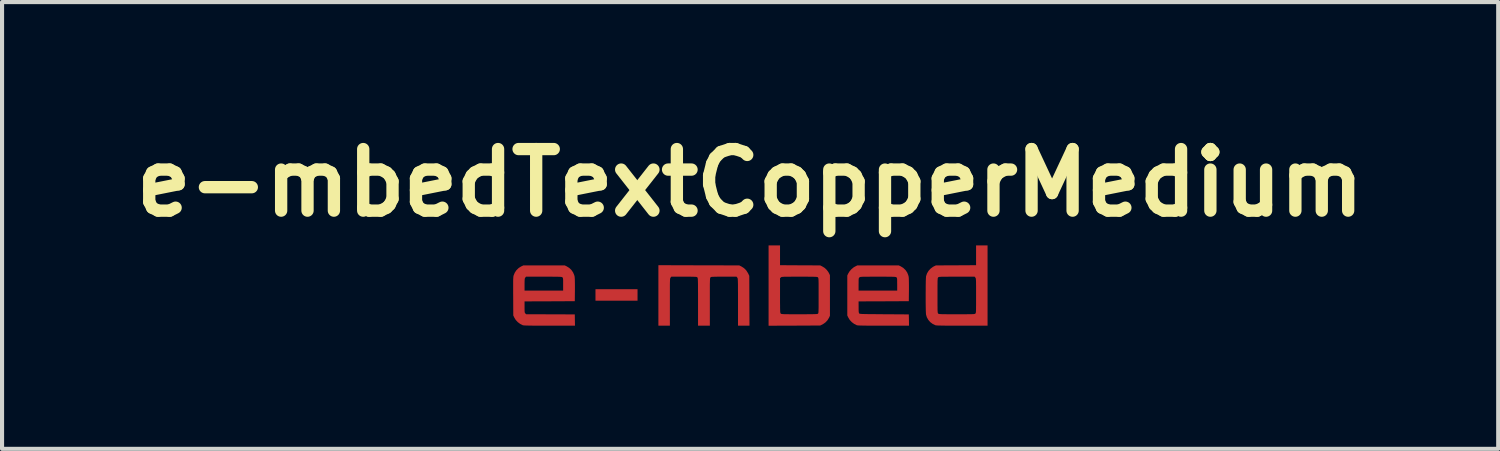
<source format=kicad_pcb>
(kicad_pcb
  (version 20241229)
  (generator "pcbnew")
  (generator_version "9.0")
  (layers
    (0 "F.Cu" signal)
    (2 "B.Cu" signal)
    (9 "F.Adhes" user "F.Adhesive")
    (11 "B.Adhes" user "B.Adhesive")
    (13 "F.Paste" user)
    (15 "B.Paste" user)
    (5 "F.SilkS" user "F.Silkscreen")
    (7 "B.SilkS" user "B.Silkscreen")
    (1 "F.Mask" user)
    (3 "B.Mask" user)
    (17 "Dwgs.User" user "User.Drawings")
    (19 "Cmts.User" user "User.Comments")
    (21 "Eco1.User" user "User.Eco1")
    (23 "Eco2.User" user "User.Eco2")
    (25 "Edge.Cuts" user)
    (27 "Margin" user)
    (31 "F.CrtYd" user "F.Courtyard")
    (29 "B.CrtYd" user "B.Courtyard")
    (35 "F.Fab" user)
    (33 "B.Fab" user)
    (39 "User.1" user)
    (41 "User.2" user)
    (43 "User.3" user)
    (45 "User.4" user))
  (footprint "e-mbedTextCopperMedium"
    (layer "F.Cu")
    (at 15.229 3.904)
    (property "Reference" "e-mbedTextCopperMedium" (at 0 -2.5 0) (layer "F.SilkS") (effects (font (size 1.5 1.5) (thickness 0.3))))
    (attr board_only exclude_from_pos_files exclude_from_bom)
    (fp_poly (pts (xy -2.744 0.233) (xy -2.744 0.373) (xy -3.257 0.373) (xy -3.769 0.373) (xy -3.769 0.233) (xy -3.769 0.093) (xy -3.257 0.093) (xy -2.744 0.093)) (stroke (width 0) (type solid)) (fill yes) (layer "F.Cu"))
    (fp_poly (pts (xy -4.472 -0.465) (xy -4.409 -0.426) (xy -4.355 -0.375) (xy -4.314 -0.315) (xy -4.286 -0.248) (xy -4.277 -0.212) (xy -4.275 -0.185) (xy -4.272 -0.142) (xy -4.271 -0.084) (xy -4.27 -0.014) (xy -4.27 0.068) (xy -4.27 0.114) (xy -4.273 0.385) (xy -4.885 0.388) (xy -5.497 0.39) (xy -5.497 0.528) (xy -5.497 0.579) (xy -5.496 0.617) (xy -5.495 0.642) (xy -5.492 0.66) (xy -5.488 0.671) (xy -5.483 0.679) (xy -5.477 0.684) (xy -5.458 0.703) (xy -4.865 0.705) (xy -4.273 0.707) (xy -4.271 0.845) (xy -4.268 0.982) (xy -4.889 0.982) (xy -5.012 0.982) (xy -5.12 0.982) (xy -5.212 0.981) (xy -5.291 0.981) (xy -5.357 0.98) (xy -5.411 0.979) (xy -5.454 0.978) (xy -5.487 0.977) (xy -5.512 0.975) (xy -5.529 0.973) (xy -5.539 0.971) (xy -5.54 0.971) (xy -5.604 0.939) (xy -5.663 0.895) (xy -5.713 0.841) (xy -5.749 0.781) (xy -5.772 0.733) (xy -5.774 0.268) (xy -5.775 0.166) (xy -5.775 0.079) (xy -5.775 0.006) (xy -5.775 -0.02) (xy -5.497 -0.02) (xy -5.497 0.127) (xy -5.027 0.127) (xy -4.557 0.127) (xy -4.557 -0.025) (xy -4.557 -0.08) (xy -4.557 -0.12) (xy -4.558 -0.149) (xy -4.561 -0.168) (xy -4.564 -0.181) (xy -4.569 -0.19) (xy -4.574 -0.195) (xy -4.578 -0.199) (xy -4.583 -0.202) (xy -4.591 -0.204) (xy -4.603 -0.206) (xy -4.621 -0.208) (xy -4.646 -0.209) (xy -4.678 -0.21) (xy -4.721 -0.211) (xy -4.775 -0.211) (xy -4.841 -0.212) (xy -4.921 -0.212) (xy -5.017 -0.212) (xy -5.026 -0.212) (xy -5.462 -0.212) (xy -5.479 -0.189) (xy -5.486 -0.18) (xy -5.49 -0.169) (xy -5.493 -0.154) (xy -5.495 -0.131) (xy -5.496 -0.099) (xy -5.497 -0.054) (xy -5.497 -0.02) (xy -5.775 -0.02) (xy -5.775 -0.054) (xy -5.775 -0.103) (xy -5.774 -0.143) (xy -5.772 -0.174) (xy -5.771 -0.198) (xy -5.769 -0.217) (xy -5.766 -0.231) (xy -5.763 -0.244) (xy -5.763 -0.244) (xy -5.735 -0.311) (xy -5.694 -0.372) (xy -5.64 -0.424) (xy -5.578 -0.463) (xy -5.574 -0.464) (xy -5.526 -0.487) (xy -5.022 -0.487) (xy -4.518 -0.487)) (stroke (width 0) (type solid)) (fill yes) (layer "F.Cu"))
    (fp_poly (pts (xy -1.251 -0.489) (xy -0.266 -0.487) (xy -0.211 -0.46) (xy -0.149 -0.42) (xy -0.096 -0.367) (xy -0.054 -0.301) (xy -0.048 -0.29) (xy -0.021 -0.233) (xy -0.019 0.375) (xy -0.016 0.982) (xy -0.156 0.982) (xy -0.296 0.982) (xy -0.296 0.408) (xy -0.296 0.295) (xy -0.296 0.198) (xy -0.297 0.116) (xy -0.297 0.047) (xy -0.297 -0.011) (xy -0.298 -0.057) (xy -0.299 -0.094) (xy -0.3 -0.123) (xy -0.301 -0.144) (xy -0.303 -0.16) (xy -0.305 -0.171) (xy -0.307 -0.179) (xy -0.31 -0.184) (xy -0.314 -0.189) (xy -0.314 -0.189) (xy -0.332 -0.212) (xy -0.64 -0.212) (xy -0.721 -0.212) (xy -0.786 -0.212) (xy -0.838 -0.211) (xy -0.878 -0.21) (xy -0.907 -0.209) (xy -0.929 -0.208) (xy -0.944 -0.206) (xy -0.954 -0.203) (xy -0.96 -0.199) (xy -0.965 -0.195) (xy -0.966 -0.195) (xy -0.969 -0.191) (xy -0.972 -0.186) (xy -0.974 -0.179) (xy -0.976 -0.169) (xy -0.978 -0.154) (xy -0.979 -0.132) (xy -0.98 -0.104) (xy -0.981 -0.067) (xy -0.982 -0.021) (xy -0.982 0.036) (xy -0.982 0.105) (xy -0.982 0.187) (xy -0.982 0.284) (xy -0.982 0.396) (xy -0.982 0.402) (xy -0.982 0.982) (xy -1.126 0.982) (xy -1.27 0.982) (xy -1.27 0.402) (xy -1.27 0.289) (xy -1.27 0.192) (xy -1.271 0.109) (xy -1.271 0.039) (xy -1.271 -0.019) (xy -1.272 -0.065) (xy -1.273 -0.103) (xy -1.274 -0.131) (xy -1.275 -0.153) (xy -1.277 -0.168) (xy -1.279 -0.179) (xy -1.281 -0.186) (xy -1.284 -0.191) (xy -1.287 -0.195) (xy -1.287 -0.195) (xy -1.292 -0.199) (xy -1.299 -0.203) (xy -1.308 -0.206) (xy -1.323 -0.208) (xy -1.344 -0.209) (xy -1.373 -0.21) (xy -1.413 -0.211) (xy -1.464 -0.212) (xy -1.528 -0.212) (xy -1.608 -0.212) (xy -1.613 -0.212) (xy -1.921 -0.212) (xy -1.939 -0.189) (xy -1.942 -0.185) (xy -1.945 -0.179) (xy -1.948 -0.172) (xy -1.95 -0.161) (xy -1.952 -0.146) (xy -1.953 -0.125) (xy -1.954 -0.098) (xy -1.955 -0.062) (xy -1.956 -0.016) (xy -1.956 0.039) (xy -1.956 0.107) (xy -1.956 0.188) (xy -1.956 0.283) (xy -1.956 0.394) (xy -1.956 0.408) (xy -1.956 0.982) (xy -2.096 0.982) (xy -2.236 0.982) (xy -2.236 0.245) (xy -2.236 -0.492)) (stroke (width 0) (type solid)) (fill yes) (layer "F.Cu"))
    (fp_poly (pts (xy 0.728 -0.733) (xy 0.728 -0.492) (xy 1.217 -0.489) (xy 1.707 -0.487) (xy 1.757 -0.462) (xy 1.814 -0.427) (xy 1.865 -0.379) (xy 1.906 -0.324) (xy 1.919 -0.301) (xy 1.944 -0.25) (xy 1.944 0.246) (xy 1.944 0.741) (xy 1.921 0.79) (xy 1.884 0.85) (xy 1.834 0.903) (xy 1.774 0.945) (xy 1.763 0.951) (xy 1.707 0.978) (xy 1.078 0.981) (xy 0.449 0.983) (xy 0.449 0.004) (xy 0.449 -0.175) (xy 0.728 -0.175) (xy 0.728 0.247) (xy 0.728 0.343) (xy 0.728 0.422) (xy 0.729 0.488) (xy 0.729 0.542) (xy 0.73 0.584) (xy 0.731 0.616) (xy 0.732 0.64) (xy 0.734 0.657) (xy 0.736 0.669) (xy 0.739 0.677) (xy 0.742 0.682) (xy 0.745 0.686) (xy 0.75 0.69) (xy 0.755 0.693) (xy 0.763 0.696) (xy 0.775 0.698) (xy 0.793 0.699) (xy 0.817 0.701) (xy 0.85 0.702) (xy 0.892 0.702) (xy 0.946 0.703) (xy 1.012 0.703) (xy 1.092 0.703) (xy 1.187 0.703) (xy 1.2 0.703) (xy 1.298 0.703) (xy 1.38 0.703) (xy 1.449 0.702) (xy 1.504 0.702) (xy 1.549 0.701) (xy 1.583 0.7) (xy 1.608 0.699) (xy 1.627 0.697) (xy 1.639 0.695) (xy 1.647 0.693) (xy 1.652 0.689) (xy 1.653 0.689) (xy 1.656 0.685) (xy 1.659 0.679) (xy 1.662 0.67) (xy 1.664 0.656) (xy 1.665 0.636) (xy 1.666 0.608) (xy 1.667 0.571) (xy 1.668 0.524) (xy 1.668 0.464) (xy 1.668 0.392) (xy 1.668 0.305) (xy 1.668 0.249) (xy 1.668 0.153) (xy 1.668 0.072) (xy 1.668 0.006) (xy 1.668 -0.048) (xy 1.667 -0.091) (xy 1.666 -0.123) (xy 1.665 -0.148) (xy 1.663 -0.165) (xy 1.661 -0.177) (xy 1.658 -0.185) (xy 1.655 -0.191) (xy 1.652 -0.195) (xy 1.647 -0.199) (xy 1.642 -0.202) (xy 1.634 -0.204) (xy 1.622 -0.206) (xy 1.604 -0.208) (xy 1.579 -0.209) (xy 1.546 -0.21) (xy 1.504 -0.211) (xy 1.45 -0.211) (xy 1.383 -0.212) (xy 1.303 -0.212) (xy 1.207 -0.212) (xy 1.201 -0.212) (xy 1.104 -0.212) (xy 1.023 -0.212) (xy 0.956 -0.211) (xy 0.902 -0.211) (xy 0.858 -0.211) (xy 0.825 -0.21) (xy 0.8 -0.208) (xy 0.782 -0.207) (xy 0.769 -0.205) (xy 0.76 -0.202) (xy 0.754 -0.199) (xy 0.75 -0.195) (xy 0.748 -0.193) (xy 0.728 -0.175) (xy 0.449 -0.175) (xy 0.449 -0.974) (xy 0.589 -0.974) (xy 0.728 -0.974)) (stroke (width 0) (type solid)) (fill yes) (layer "F.Cu"))
    (fp_poly (pts (xy 3.667 -0.465) (xy 3.731 -0.426) (xy 3.784 -0.375) (xy 3.826 -0.315) (xy 3.853 -0.248) (xy 3.862 -0.212) (xy 3.865 -0.185) (xy 3.867 -0.142) (xy 3.868 -0.084) (xy 3.869 -0.014) (xy 3.869 0.068) (xy 3.869 0.114) (xy 3.866 0.385) (xy 3.254 0.388) (xy 2.642 0.39) (xy 2.643 0.527) (xy 2.643 0.582) (xy 2.644 0.622) (xy 2.646 0.65) (xy 2.65 0.668) (xy 2.654 0.68) (xy 2.656 0.682) (xy 2.659 0.685) (xy 2.663 0.688) (xy 2.669 0.69) (xy 2.679 0.692) (xy 2.694 0.694) (xy 2.715 0.696) (xy 2.742 0.697) (xy 2.778 0.698) (xy 2.824 0.699) (xy 2.88 0.7) (xy 2.949 0.7) (xy 3.03 0.701) (xy 3.126 0.702) (xy 3.237 0.703) (xy 3.267 0.703) (xy 3.866 0.707) (xy 3.869 0.845) (xy 3.871 0.982) (xy 3.25 0.982) (xy 3.127 0.982) (xy 3.02 0.982) (xy 2.927 0.981) (xy 2.848 0.981) (xy 2.782 0.98) (xy 2.728 0.979) (xy 2.685 0.978) (xy 2.652 0.977) (xy 2.627 0.975) (xy 2.61 0.973) (xy 2.6 0.971) (xy 2.599 0.971) (xy 2.535 0.939) (xy 2.476 0.895) (xy 2.426 0.841) (xy 2.39 0.781) (xy 2.367 0.733) (xy 2.367 0.246) (xy 2.367 -0.03) (xy 2.642 -0.03) (xy 2.642 -0.024) (xy 2.642 0.127) (xy 3.113 0.127) (xy 3.583 0.127) (xy 3.583 -0.025) (xy 3.582 -0.08) (xy 3.582 -0.12) (xy 3.581 -0.149) (xy 3.579 -0.168) (xy 3.575 -0.181) (xy 3.57 -0.19) (xy 3.566 -0.195) (xy 3.561 -0.199) (xy 3.556 -0.202) (xy 3.548 -0.204) (xy 3.536 -0.206) (xy 3.518 -0.208) (xy 3.493 -0.209) (xy 3.461 -0.21) (xy 3.418 -0.211) (xy 3.364 -0.211) (xy 3.298 -0.212) (xy 3.217 -0.212) (xy 3.121 -0.212) (xy 3.115 -0.212) (xy 3.018 -0.212) (xy 2.937 -0.212) (xy 2.87 -0.211) (xy 2.816 -0.211) (xy 2.772 -0.211) (xy 2.739 -0.21) (xy 2.714 -0.208) (xy 2.696 -0.207) (xy 2.683 -0.205) (xy 2.674 -0.202) (xy 2.669 -0.199) (xy 2.664 -0.195) (xy 2.662 -0.193) (xy 2.655 -0.186) (xy 2.65 -0.178) (xy 2.646 -0.166) (xy 2.644 -0.148) (xy 2.643 -0.121) (xy 2.643 -0.082) (xy 2.642 -0.03) (xy 2.367 -0.03) (xy 2.367 -0.241) (xy 2.389 -0.288) (xy 2.424 -0.345) (xy 2.47 -0.397) (xy 2.523 -0.44) (xy 2.556 -0.459) (xy 2.612 -0.487) (xy 3.117 -0.487) (xy 3.621 -0.487)) (stroke (width 0) (type solid)) (fill yes) (layer "F.Cu"))
    (fp_poly (pts (xy 5.785 0.004) (xy 5.785 0.982) (xy 5.164 0.982) (xy 5.041 0.982) (xy 4.934 0.982) (xy 4.841 0.981) (xy 4.762 0.981) (xy 4.696 0.98) (xy 4.642 0.979) (xy 4.599 0.978) (xy 4.566 0.977) (xy 4.541 0.975) (xy 4.524 0.973) (xy 4.514 0.971) (xy 4.513 0.971) (xy 4.446 0.938) (xy 4.387 0.894) (xy 4.34 0.839) (xy 4.305 0.776) (xy 4.286 0.712) (xy 4.284 0.692) (xy 4.282 0.658) (xy 4.28 0.611) (xy 4.279 0.553) (xy 4.278 0.486) (xy 4.277 0.413) (xy 4.277 0.336) (xy 4.277 0.256) (xy 4.277 0.246) (xy 4.565 0.246) (xy 4.565 0.341) (xy 4.565 0.421) (xy 4.565 0.487) (xy 4.566 0.541) (xy 4.566 0.583) (xy 4.567 0.615) (xy 4.569 0.64) (xy 4.57 0.657) (xy 4.573 0.669) (xy 4.575 0.677) (xy 4.578 0.682) (xy 4.582 0.686) (xy 4.586 0.69) (xy 4.592 0.693) (xy 4.6 0.696) (xy 4.612 0.698) (xy 4.63 0.699) (xy 4.654 0.701) (xy 4.687 0.702) (xy 4.729 0.702) (xy 4.783 0.703) (xy 4.849 0.703) (xy 4.929 0.703) (xy 5.025 0.703) (xy 5.035 0.703) (xy 5.132 0.703) (xy 5.214 0.703) (xy 5.281 0.703) (xy 5.336 0.702) (xy 5.38 0.702) (xy 5.413 0.701) (xy 5.439 0.7) (xy 5.457 0.698) (xy 5.469 0.696) (xy 5.478 0.693) (xy 5.484 0.69) (xy 5.488 0.686) (xy 5.488 0.686) (xy 5.492 0.682) (xy 5.495 0.676) (xy 5.498 0.668) (xy 5.5 0.655) (xy 5.502 0.637) (xy 5.503 0.612) (xy 5.504 0.579) (xy 5.504 0.535) (xy 5.505 0.481) (xy 5.505 0.413) (xy 5.505 0.331) (xy 5.505 0.251) (xy 5.505 0.156) (xy 5.505 0.077) (xy 5.505 0.011) (xy 5.504 -0.042) (xy 5.504 -0.084) (xy 5.503 -0.116) (xy 5.501 -0.14) (xy 5.5 -0.157) (xy 5.497 -0.17) (xy 5.495 -0.178) (xy 5.491 -0.184) (xy 5.488 -0.189) (xy 5.47 -0.212) (xy 5.034 -0.212) (xy 4.937 -0.212) (xy 4.856 -0.212) (xy 4.788 -0.211) (xy 4.734 -0.211) (xy 4.69 -0.21) (xy 4.657 -0.21) (xy 4.631 -0.208) (xy 4.613 -0.207) (xy 4.601 -0.205) (xy 4.592 -0.202) (xy 4.587 -0.199) (xy 4.582 -0.195) (xy 4.582 -0.195) (xy 4.578 -0.191) (xy 4.575 -0.185) (xy 4.572 -0.177) (xy 4.57 -0.164) (xy 4.569 -0.147) (xy 4.567 -0.122) (xy 4.566 -0.088) (xy 4.566 -0.045) (xy 4.565 0.009) (xy 4.565 0.077) (xy 4.565 0.158) (xy 4.565 0.246) (xy 4.277 0.246) (xy 4.277 0.177) (xy 4.278 0.098) (xy 4.278 0.024) (xy 4.279 -0.044) (xy 4.28 -0.105) (xy 4.282 -0.155) (xy 4.284 -0.193) (xy 4.286 -0.217) (xy 4.286 -0.222) (xy 4.309 -0.29) (xy 4.346 -0.353) (xy 4.395 -0.407) (xy 4.454 -0.451) (xy 4.48 -0.465) (xy 4.527 -0.487) (xy 5.016 -0.489) (xy 5.505 -0.492) (xy 5.505 -0.733) (xy 5.505 -0.974) (xy 5.645 -0.974) (xy 5.785 -0.974)) (stroke (width 0) (type solid)) (fill yes) (layer "F.Cu")))
  (gr_rect
    (start -3 -3)
    (end 33.457 7.887)
    (stroke (width 0.1) (type default))
    (fill no)
    (layer "Edge.Cuts")))
</source>
